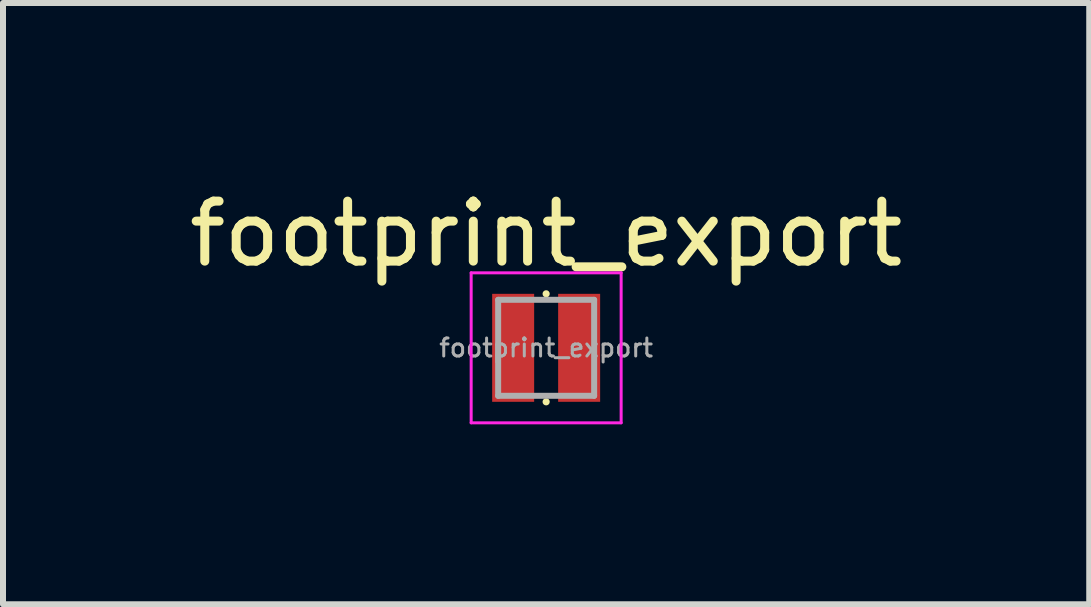
<source format=kicad_pcb>
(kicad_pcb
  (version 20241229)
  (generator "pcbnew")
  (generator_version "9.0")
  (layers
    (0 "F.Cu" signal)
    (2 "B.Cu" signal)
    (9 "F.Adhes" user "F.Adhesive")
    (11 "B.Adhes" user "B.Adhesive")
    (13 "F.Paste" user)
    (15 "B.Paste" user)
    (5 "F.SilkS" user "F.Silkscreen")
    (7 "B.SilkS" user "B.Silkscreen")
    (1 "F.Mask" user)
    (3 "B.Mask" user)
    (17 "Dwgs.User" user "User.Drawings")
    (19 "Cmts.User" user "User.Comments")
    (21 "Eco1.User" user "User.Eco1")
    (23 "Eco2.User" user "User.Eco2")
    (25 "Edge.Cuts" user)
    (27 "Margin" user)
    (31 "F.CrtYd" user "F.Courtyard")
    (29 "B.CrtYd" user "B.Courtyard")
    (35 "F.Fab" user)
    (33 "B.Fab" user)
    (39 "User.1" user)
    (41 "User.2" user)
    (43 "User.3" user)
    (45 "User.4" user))
  (footprint "footprint_export"
    (layer "F.Cu")
    (at 6.054 2.748)
    (property "Reference" "footprint_export" (at 0 -1.9 0) (layer "F.SilkS") (effects (font (size 1 1) (thickness 0.15))))
    (attr smd)
    (fp_line (start 0 -0.9) (end 0 -0.9) (stroke (width 0.12) (type solid)) (layer "F.SilkS"))
    (fp_line (start 0 0.9) (end 0 0.9) (stroke (width 0.12) (type solid)) (layer "F.SilkS"))
    (fp_line (start -1.25 -1.25) (end -1.25 1.25) (stroke (width 0.05) (type solid)) (layer "F.CrtYd"))
    (fp_line (start -1.25 1.25) (end 1.25 1.25) (stroke (width 0.05) (type solid)) (layer "F.CrtYd"))
    (fp_line (start 1.25 -1.25) (end -1.25 -1.25) (stroke (width 0.05) (type solid)) (layer "F.CrtYd"))
    (fp_line (start 1.25 1.25) (end 1.25 -1.25) (stroke (width 0.05) (type solid)) (layer "F.CrtYd"))
    (fp_line (start -0.8 -0.8) (end -0.8 0.8) (stroke (width 0.1) (type solid)) (layer "F.Fab"))
    (fp_line (start -0.8 0.8) (end 0.8 0.8) (stroke (width 0.1) (type solid)) (layer "F.Fab"))
    (fp_line (start 0.8 -0.8) (end -0.8 -0.8) (stroke (width 0.1) (type solid)) (layer "F.Fab"))
    (fp_line (start 0.8 0.8) (end 0.8 -0.8) (stroke (width 0.1) (type solid)) (layer "F.Fab"))
    (fp_text user "${REFERENCE}" (at 0 0 0) (layer "F.Fab") (effects (font (size 0.3 0.3) (thickness 0.05))))
    (pad "1" smd rect (at -0.55 0) (size 0.7 1.8) (layers "F.Cu" "F.Mask" "F.Paste"))
    (pad "2" smd rect (at 0.55 0) (size 0.7 1.8) (layers "F.Cu" "F.Mask" "F.Paste")))
  (gr_rect
    (start -3 -3)
    (end 15.107 7.023)
    (stroke (width 0.1) (type default))
    (fill no)
    (layer "Edge.Cuts")))
</source>
